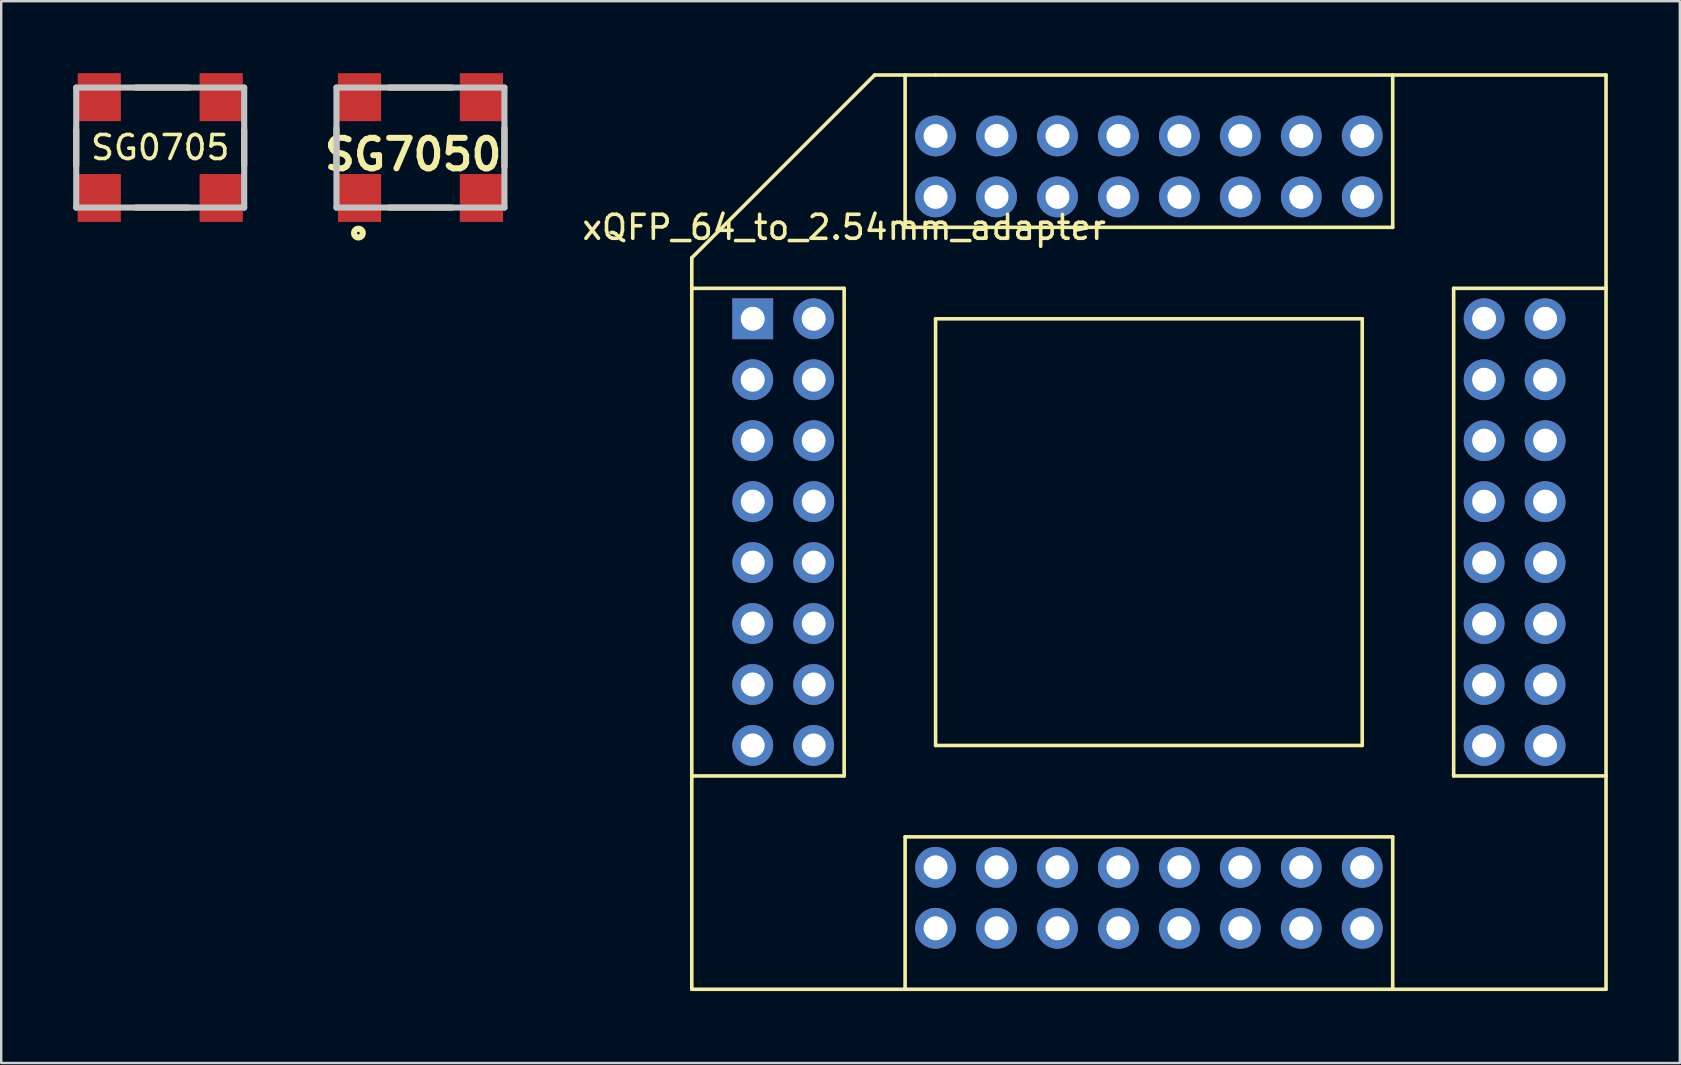
<source format=kicad_pcb>
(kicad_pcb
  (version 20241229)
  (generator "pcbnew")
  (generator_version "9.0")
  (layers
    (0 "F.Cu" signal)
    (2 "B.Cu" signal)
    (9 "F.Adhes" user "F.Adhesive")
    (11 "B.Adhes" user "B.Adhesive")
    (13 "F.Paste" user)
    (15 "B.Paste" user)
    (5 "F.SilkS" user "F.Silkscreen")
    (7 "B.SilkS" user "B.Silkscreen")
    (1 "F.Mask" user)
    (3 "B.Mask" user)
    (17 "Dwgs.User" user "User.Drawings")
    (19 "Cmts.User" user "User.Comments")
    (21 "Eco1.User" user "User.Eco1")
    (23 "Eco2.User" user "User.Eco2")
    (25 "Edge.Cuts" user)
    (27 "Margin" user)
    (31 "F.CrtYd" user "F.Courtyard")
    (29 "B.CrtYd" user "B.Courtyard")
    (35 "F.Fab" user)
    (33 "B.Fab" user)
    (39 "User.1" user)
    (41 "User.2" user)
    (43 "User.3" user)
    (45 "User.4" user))
  (footprint "xQFP_64_to_2.54mm_adapter"
    (layer "F.Cu")
    (at 28.319 10.235)
    (property "Reference" "xQFP_64_to_2.54mm_adapter" (at 3.81 -3.81 0) (layer "F.SilkS") (effects (font (size 1 1) (thickness 0.15))))
    (attr through_hole)
    (fp_line (start -2.54 -2.54) (end -2.54 27.94) (stroke (width 0.15) (type solid)) (layer "F.SilkS"))
    (fp_line (start -2.54 -1.27) (end 3.81 -1.27) (stroke (width 0.15) (type solid)) (layer "F.SilkS"))
    (fp_line (start -2.54 27.94) (end 35.56 27.94) (stroke (width 0.15) (type solid)) (layer "F.SilkS"))
    (fp_line (start 3.81 -1.27) (end 3.81 19.05) (stroke (width 0.15) (type solid)) (layer "F.SilkS"))
    (fp_line (start 3.81 19.05) (end -2.54 19.05) (stroke (width 0.15) (type solid)) (layer "F.SilkS"))
    (fp_line (start 5.08 -10.16) (end -2.54 -2.54) (stroke (width 0.15) (type solid)) (layer "F.SilkS"))
    (fp_line (start 6.35 -3.81) (end 6.35 -10.16) (stroke (width 0.15) (type solid)) (layer "F.SilkS"))
    (fp_line (start 6.35 21.59) (end 26.67 21.59) (stroke (width 0.15) (type solid)) (layer "F.SilkS"))
    (fp_line (start 6.35 27.94) (end 6.35 21.59) (stroke (width 0.15) (type solid)) (layer "F.SilkS"))
    (fp_line (start 7.62 -10.16) (end 5.08 -10.16) (stroke (width 0.15) (type solid)) (layer "F.SilkS"))
    (fp_line (start 7.62 0) (end 7.62 17.78) (stroke (width 0.15) (type solid)) (layer "F.SilkS"))
    (fp_line (start 7.62 17.78) (end 25.4 17.78) (stroke (width 0.15) (type solid)) (layer "F.SilkS"))
    (fp_line (start 25.4 0) (end 7.62 0) (stroke (width 0.15) (type solid)) (layer "F.SilkS"))
    (fp_line (start 25.4 17.78) (end 25.4 0) (stroke (width 0.15) (type solid)) (layer "F.SilkS"))
    (fp_line (start 26.67 -10.16) (end 26.67 -3.81) (stroke (width 0.15) (type solid)) (layer "F.SilkS"))
    (fp_line (start 26.67 -3.81) (end 6.35 -3.81) (stroke (width 0.15) (type solid)) (layer "F.SilkS"))
    (fp_line (start 26.67 21.59) (end 26.67 27.94) (stroke (width 0.15) (type solid)) (layer "F.SilkS"))
    (fp_line (start 29.21 -1.27) (end 35.56 -1.27) (stroke (width 0.15) (type solid)) (layer "F.SilkS"))
    (fp_line (start 29.21 19.05) (end 29.21 -1.27) (stroke (width 0.15) (type solid)) (layer "F.SilkS"))
    (fp_line (start 35.56 -10.16) (end 7.62 -10.16) (stroke (width 0.15) (type solid)) (layer "F.SilkS"))
    (fp_line (start 35.56 19.05) (end 29.21 19.05) (stroke (width 0.15) (type solid)) (layer "F.SilkS"))
    (fp_line (start 35.56 27.94) (end 35.56 -10.16) (stroke (width 0.15) (type solid)) (layer "F.SilkS"))
    (pad "1" thru_hole rect (at 0 0) (size 1.7 1.7) (drill 1) (layers "*.Cu" "*.Mask"))
    (pad "2" thru_hole circle (at 2.54 0) (size 1.7 1.7) (drill 1) (layers "*.Cu" "*.Mask"))
    (pad "3" thru_hole circle (at 0 2.54) (size 1.7 1.7) (drill 1) (layers "*.Cu" "*.Mask"))
    (pad "4" thru_hole circle (at 2.54 2.54) (size 1.7 1.7) (drill 1) (layers "*.Cu" "*.Mask"))
    (pad "5" thru_hole circle (at 0 5.08) (size 1.7 1.7) (drill 1) (layers "*.Cu" "*.Mask"))
    (pad "6" thru_hole circle (at 2.54 5.08) (size 1.7 1.7) (drill 1) (layers "*.Cu" "*.Mask"))
    (pad "7" thru_hole circle (at 0 7.62) (size 1.7 1.7) (drill 1) (layers "*.Cu" "*.Mask"))
    (pad "8" thru_hole circle (at 2.54 7.62) (size 1.7 1.7) (drill 1) (layers "*.Cu" "*.Mask"))
    (pad "9" thru_hole circle (at 0 10.16) (size 1.7 1.7) (drill 1) (layers "*.Cu" "*.Mask"))
    (pad "10" thru_hole circle (at 2.54 10.16) (size 1.7 1.7) (drill 1) (layers "*.Cu" "*.Mask"))
    (pad "11" thru_hole circle (at 0 12.7) (size 1.7 1.7) (drill 1) (layers "*.Cu" "*.Mask"))
    (pad "12" thru_hole circle (at 2.54 12.7) (size 1.7 1.7) (drill 1) (layers "*.Cu" "*.Mask"))
    (pad "13" thru_hole circle (at 0 15.24) (size 1.7 1.7) (drill 1) (layers "*.Cu" "*.Mask"))
    (pad "14" thru_hole circle (at 2.54 15.24) (size 1.7 1.7) (drill 1) (layers "*.Cu" "*.Mask"))
    (pad "15" thru_hole circle (at 0 17.78) (size 1.7 1.7) (drill 1) (layers "*.Cu" "*.Mask"))
    (pad "16" thru_hole circle (at 2.54 17.78) (size 1.7 1.7) (drill 1) (layers "*.Cu" "*.Mask"))
    (pad "17" thru_hole circle (at 7.62 25.4) (size 1.7 1.7) (drill 1) (layers "*.Cu" "*.Mask"))
    (pad "18" thru_hole circle (at 7.62 22.86) (size 1.7 1.7) (drill 1) (layers "*.Cu" "*.Mask"))
    (pad "19" thru_hole circle (at 10.16 25.4) (size 1.7 1.7) (drill 1) (layers "*.Cu" "*.Mask"))
    (pad "20" thru_hole circle (at 10.16 22.86) (size 1.7 1.7) (drill 1) (layers "*.Cu" "*.Mask"))
    (pad "21" thru_hole circle (at 12.7 25.4) (size 1.7 1.7) (drill 1) (layers "*.Cu" "*.Mask"))
    (pad "22" thru_hole circle (at 12.7 22.86) (size 1.7 1.7) (drill 1) (layers "*.Cu" "*.Mask"))
    (pad "23" thru_hole circle (at 15.24 25.4) (size 1.7 1.7) (drill 1) (layers "*.Cu" "*.Mask"))
    (pad "24" thru_hole circle (at 15.24 22.86) (size 1.7 1.7) (drill 1) (layers "*.Cu" "*.Mask"))
    (pad "25" thru_hole circle (at 17.78 25.4) (size 1.7 1.7) (drill 1) (layers "*.Cu" "*.Mask"))
    (pad "26" thru_hole circle (at 17.78 22.86) (size 1.7 1.7) (drill 1) (layers "*.Cu" "*.Mask"))
    (pad "27" thru_hole circle (at 20.32 25.4) (size 1.7 1.7) (drill 1) (layers "*.Cu" "*.Mask"))
    (pad "28" thru_hole circle (at 20.32 22.86) (size 1.7 1.7) (drill 1) (layers "*.Cu" "*.Mask"))
    (pad "29" thru_hole circle (at 22.86 25.4) (size 1.7 1.7) (drill 1) (layers "*.Cu" "*.Mask"))
    (pad "30" thru_hole circle (at 22.86 22.86) (size 1.7 1.7) (drill 1) (layers "*.Cu" "*.Mask"))
    (pad "31" thru_hole circle (at 25.4 25.4) (size 1.7 1.7) (drill 1) (layers "*.Cu" "*.Mask"))
    (pad "32" thru_hole circle (at 25.4 22.86) (size 1.7 1.7) (drill 1) (layers "*.Cu" "*.Mask"))
    (pad "33" thru_hole circle (at 33.02 17.78) (size 1.7 1.7) (drill 1) (layers "*.Cu" "*.Mask"))
    (pad "34" thru_hole circle (at 30.48 17.78) (size 1.7 1.7) (drill 1) (layers "*.Cu" "*.Mask"))
    (pad "35" thru_hole circle (at 33.02 15.24) (size 1.7 1.7) (drill 1) (layers "*.Cu" "*.Mask"))
    (pad "36" thru_hole circle (at 30.48 15.24) (size 1.7 1.7) (drill 1) (layers "*.Cu" "*.Mask"))
    (pad "37" thru_hole circle (at 33.02 12.7) (size 1.7 1.7) (drill 1) (layers "*.Cu" "*.Mask"))
    (pad "38" thru_hole circle (at 30.48 12.7) (size 1.7 1.7) (drill 1) (layers "*.Cu" "*.Mask"))
    (pad "39" thru_hole circle (at 33.02 10.16) (size 1.7 1.7) (drill 1) (layers "*.Cu" "*.Mask"))
    (pad "40" thru_hole circle (at 30.48 10.16) (size 1.7 1.7) (drill 1) (layers "*.Cu" "*.Mask"))
    (pad "41" thru_hole circle (at 33.02 7.62) (size 1.7 1.7) (drill 1) (layers "*.Cu" "*.Mask"))
    (pad "42" thru_hole circle (at 30.48 7.62) (size 1.7 1.7) (drill 1) (layers "*.Cu" "*.Mask"))
    (pad "43" thru_hole circle (at 33.02 5.08) (size 1.7 1.7) (drill 1) (layers "*.Cu" "*.Mask"))
    (pad "44" thru_hole circle (at 30.48 5.08) (size 1.7 1.7) (drill 1) (layers "*.Cu" "*.Mask"))
    (pad "45" thru_hole circle (at 33.02 2.54) (size 1.7 1.7) (drill 1) (layers "*.Cu" "*.Mask"))
    (pad "46" thru_hole circle (at 30.48 2.54) (size 1.7 1.7) (drill 1) (layers "*.Cu" "*.Mask"))
    (pad "47" thru_hole circle (at 33.02 0) (size 1.7 1.7) (drill 1) (layers "*.Cu" "*.Mask"))
    (pad "48" thru_hole circle (at 30.48 0) (size 1.7 1.7) (drill 1) (layers "*.Cu" "*.Mask"))
    (pad "49" thru_hole circle (at 25.4 -7.62) (size 1.7 1.7) (drill 1) (layers "*.Cu" "*.Mask"))
    (pad "50" thru_hole circle (at 25.4 -5.08) (size 1.7 1.7) (drill 1) (layers "*.Cu" "*.Mask"))
    (pad "51" thru_hole circle (at 22.86 -7.62) (size 1.7 1.7) (drill 1) (layers "*.Cu" "*.Mask"))
    (pad "52" thru_hole circle (at 22.86 -5.08) (size 1.7 1.7) (drill 1) (layers "*.Cu" "*.Mask"))
    (pad "53" thru_hole circle (at 20.32 -7.62) (size 1.7 1.7) (drill 1) (layers "*.Cu" "*.Mask"))
    (pad "54" thru_hole circle (at 20.32 -5.08) (size 1.7 1.7) (drill 1) (layers "*.Cu" "*.Mask"))
    (pad "55" thru_hole circle (at 17.78 -7.62) (size 1.7 1.7) (drill 1) (layers "*.Cu" "*.Mask"))
    (pad "56" thru_hole circle (at 17.78 -5.08) (size 1.7 1.7) (drill 1) (layers "*.Cu" "*.Mask"))
    (pad "57" thru_hole circle (at 15.24 -7.62) (size 1.7 1.7) (drill 1) (layers "*.Cu" "*.Mask"))
    (pad "58" thru_hole circle (at 15.24 -5.08) (size 1.7 1.7) (drill 1) (layers "*.Cu" "*.Mask"))
    (pad "59" thru_hole circle (at 12.7 -7.62) (size 1.7 1.7) (drill 1) (layers "*.Cu" "*.Mask"))
    (pad "60" thru_hole circle (at 12.7 -5.08) (size 1.7 1.7) (drill 1) (layers "*.Cu" "*.Mask"))
    (pad "61" thru_hole circle (at 10.16 -7.62) (size 1.7 1.7) (drill 1) (layers "*.Cu" "*.Mask"))
    (pad "62" thru_hole circle (at 10.16 -5.08) (size 1.7 1.7) (drill 1) (layers "*.Cu" "*.Mask"))
    (pad "63" thru_hole circle (at 7.62 -7.62) (size 1.7 1.7) (drill 1) (layers "*.Cu" "*.Mask"))
    (pad "64" thru_hole circle (at 7.62 -5.08) (size 1.7 1.7) (drill 1) (layers "*.Cu" "*.Mask")))
  (footprint "SG7050"
    (layer "F.Cu")
    (at 14.472 3.1)
    (property "Reference" "SG7050" (at -0.305 0.289 0) (layer "F.SilkS") (effects (font (size 1.27 1.27) (thickness 0.254))))
    (attr smd)
    (fp_line (start -3.5 -0.8) (end -3.5 0.8) (stroke (width 0.254) (type solid)) (layer "F.SilkS"))
    (fp_line (start -1.3 -2.5) (end 1.3 -2.5) (stroke (width 0.254) (type solid)) (layer "F.SilkS"))
    (fp_line (start -1.3 2.5) (end 1.3 2.5) (stroke (width 0.254) (type solid)) (layer "F.SilkS"))
    (fp_line (start 3.5 -0.8) (end 3.5 0.8) (stroke (width 0.254) (type solid)) (layer "F.SilkS"))
    (fp_circle (center -2.586 3.564) (end -2.641 3.564) (stroke (width 0.254) (type solid)) (fill no) (layer "F.SilkS"))
    (fp_line (start -3.5 -2.5) (end 3.5 -2.5) (stroke (width 0.254) (type solid)) (layer "Dwgs.User"))
    (fp_line (start -3.5 2.5) (end -3.5 -2.5) (stroke (width 0.254) (type solid)) (layer "Dwgs.User"))
    (fp_line (start 3.5 -2.5) (end 3.5 2.5) (stroke (width 0.254) (type solid)) (layer "Dwgs.User"))
    (fp_line (start 3.5 2.5) (end -3.5 2.5) (stroke (width 0.254) (type solid)) (layer "Dwgs.User"))
    (pad "1" smd rect (at -2.54 2.1) (size 1.8 2) (layers "F.Cu" "F.Mask" "F.Paste"))
    (pad "2" smd rect (at 2.54 2.1) (size 1.8 2) (layers "F.Cu" "F.Mask" "F.Paste"))
    (pad "3" smd rect (at 2.54 -2.1) (size 1.8 2) (layers "F.Cu" "F.Mask" "F.Paste"))
    (pad "4" smd rect (at -2.54 -2.1) (size 1.8 2) (layers "F.Cu" "F.Mask" "F.Paste")))
  (footprint "SG0705"
    (layer "F.Cu")
    (at 3.627 3.1)
    (property "Reference" "SG0705" (at 0 0 0) (layer "F.SilkS") (effects (font (size 1 1) (thickness 0.15))))
    (attr smd)
    (fp_line (start -3.5 -0.75) (end -3.5 0.75) (stroke (width 0.254) (type solid)) (layer "F.SilkS"))
    (fp_line (start -1.02 -2.5) (end 1.2 -2.5) (stroke (width 0.254) (type solid)) (layer "F.SilkS"))
    (fp_line (start -1.02 2.5) (end 1.2 2.5) (stroke (width 0.254) (type solid)) (layer "F.SilkS"))
    (fp_line (start 3.5 -0.75) (end 3.5 0.75) (stroke (width 0.254) (type solid)) (layer "F.SilkS"))
    (fp_line (start -3.5 -2.5) (end -3.5 2.5) (stroke (width 0.254) (type solid)) (layer "Dwgs.User"))
    (fp_line (start -3.5 -2.5) (end 3.5 -2.5) (stroke (width 0.254) (type solid)) (layer "Dwgs.User"))
    (fp_line (start -3.5 2.5) (end 3.5 2.5) (stroke (width 0.254) (type solid)) (layer "Dwgs.User"))
    (fp_line (start 3.5 -2.5) (end 3.5 2.5) (stroke (width 0.254) (type solid)) (layer "Dwgs.User"))
    (pad "1" smd rect (at -2.54 2.1) (size 1.8 2) (layers "F.Cu" "F.Mask" "F.Paste"))
    (pad "2" smd rect (at 2.54 2.1) (size 1.8 2) (layers "F.Cu" "F.Mask" "F.Paste"))
    (pad "3" smd rect (at 2.54 -2.1) (size 1.8 2) (layers "F.Cu" "F.Mask" "F.Paste"))
    (pad "4" smd rect (at -2.54 -2.1) (size 1.8 2) (layers "F.Cu" "F.Mask" "F.Paste")))
  (gr_rect
    (start -3 -3)
    (end 66.954 41.25)
    (stroke (width 0.1) (type default))
    (fill no)
    (layer "Edge.Cuts")))
</source>
